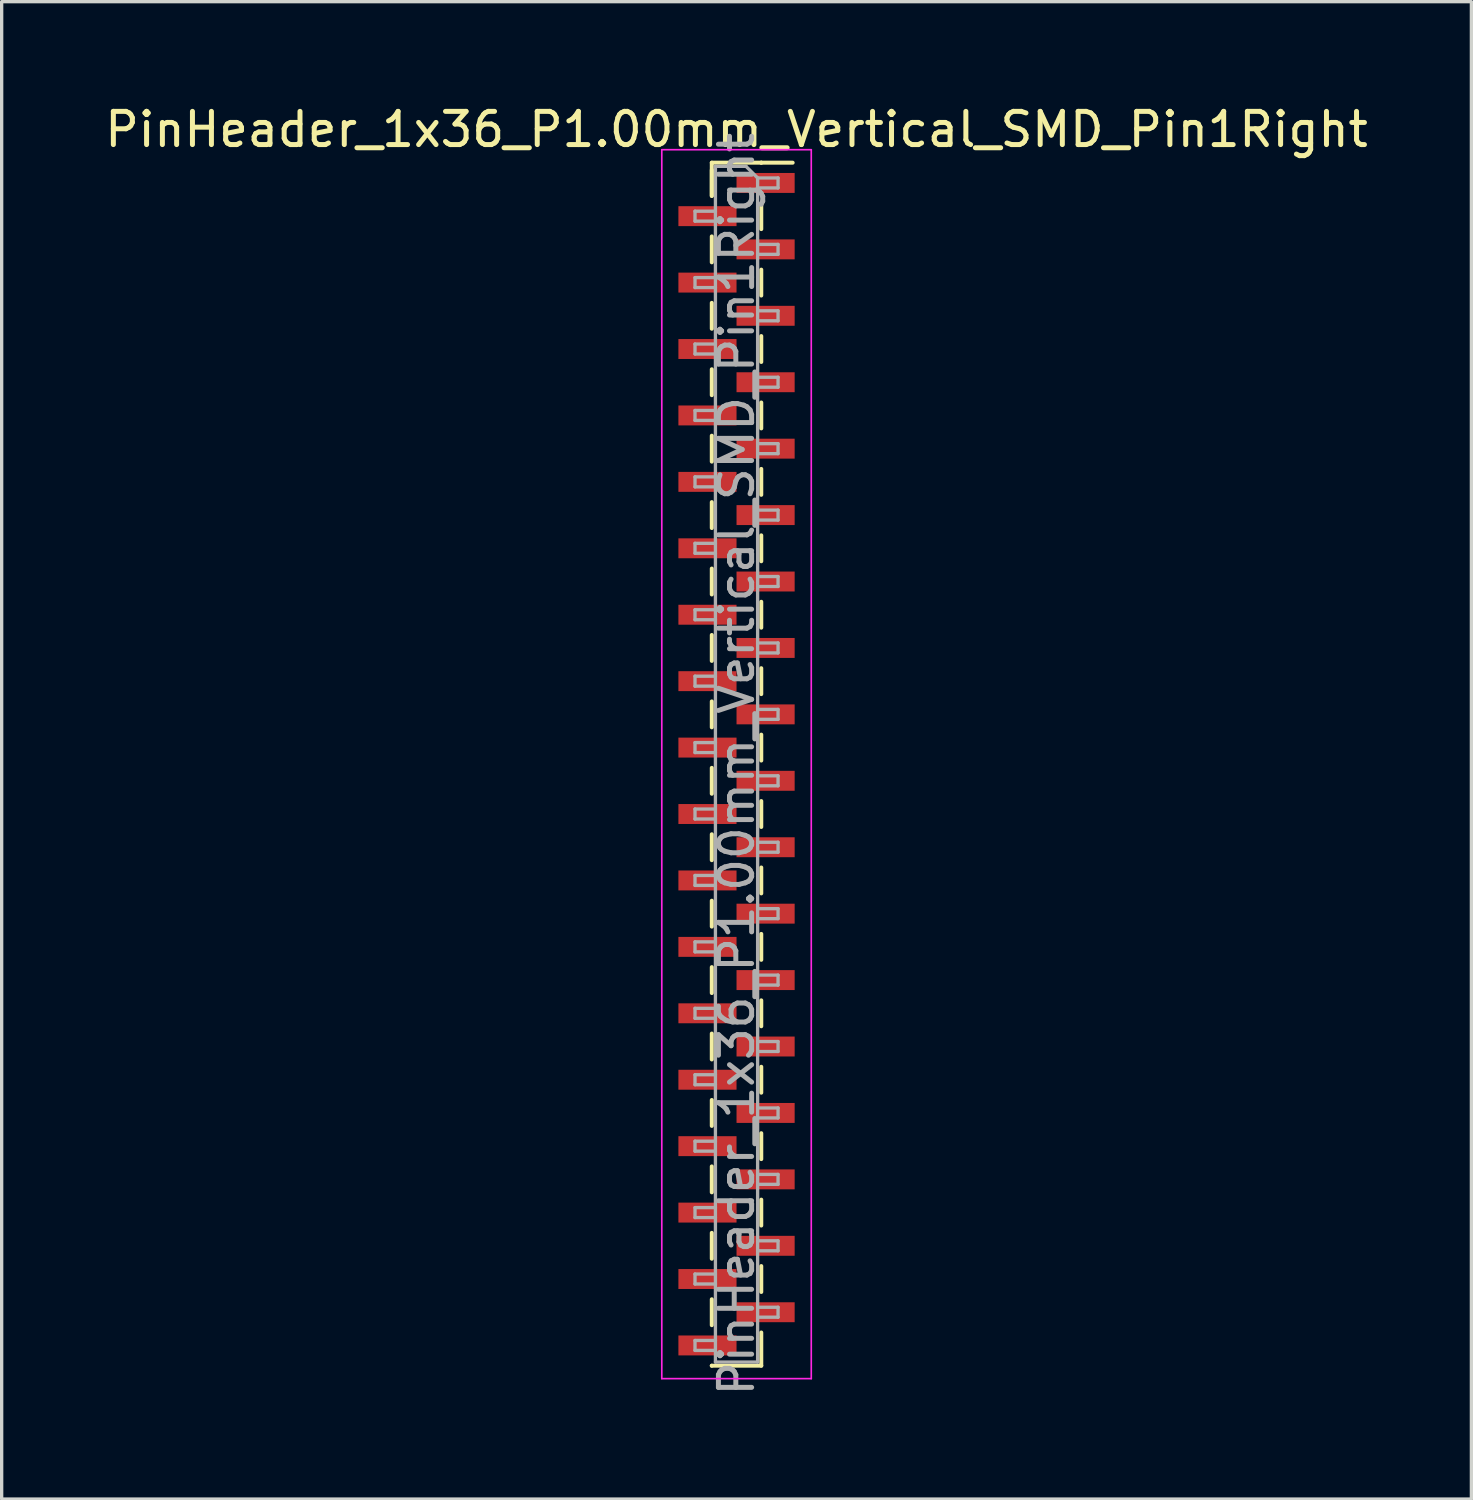
<source format=kicad_pcb>
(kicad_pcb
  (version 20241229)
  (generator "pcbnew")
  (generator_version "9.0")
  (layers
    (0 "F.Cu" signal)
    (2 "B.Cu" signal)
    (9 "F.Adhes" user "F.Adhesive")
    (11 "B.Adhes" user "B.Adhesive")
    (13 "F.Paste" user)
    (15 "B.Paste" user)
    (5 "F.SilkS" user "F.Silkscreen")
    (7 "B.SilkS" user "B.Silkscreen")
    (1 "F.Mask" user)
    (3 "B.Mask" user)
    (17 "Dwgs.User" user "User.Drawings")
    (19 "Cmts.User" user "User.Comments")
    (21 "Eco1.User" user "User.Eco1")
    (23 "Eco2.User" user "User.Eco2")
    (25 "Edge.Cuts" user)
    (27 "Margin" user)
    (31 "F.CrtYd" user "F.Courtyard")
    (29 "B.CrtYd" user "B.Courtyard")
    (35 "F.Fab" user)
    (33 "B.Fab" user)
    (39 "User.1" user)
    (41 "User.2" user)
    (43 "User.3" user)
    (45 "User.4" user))
  (footprint "PinHeader_1x36_P1.00mm_Vertical_SMD_Pin1Right"
    (layer "F.Cu")
    (at 19.125 19.958)
    (property "Reference" "PinHeader_1x36_P1.00mm_Vertical_SMD_Pin1Right" (at 0 -19.11 0) (layer "F.SilkS") (effects (font (size 1 1) (thickness 0.15))))
    (attr smd)
    (fp_line (start -0.745 -18.11) (end -0.745 -17.11) (stroke (width 0.12) (type solid)) (layer "F.SilkS"))
    (fp_line (start -0.745 -18.11) (end 0.745 -18.11) (stroke (width 0.12) (type solid)) (layer "F.SilkS"))
    (fp_line (start -0.745 -17.89) (end -0.745 -17.11) (stroke (width 0.12) (type solid)) (layer "F.SilkS"))
    (fp_line (start -0.745 -15.89) (end -0.745 -15.11) (stroke (width 0.12) (type solid)) (layer "F.SilkS"))
    (fp_line (start -0.745 -13.89) (end -0.745 -13.11) (stroke (width 0.12) (type solid)) (layer "F.SilkS"))
    (fp_line (start -0.745 -11.89) (end -0.745 -11.11) (stroke (width 0.12) (type solid)) (layer "F.SilkS"))
    (fp_line (start -0.745 -9.89) (end -0.745 -9.11) (stroke (width 0.12) (type solid)) (layer "F.SilkS"))
    (fp_line (start -0.745 -7.89) (end -0.745 -7.11) (stroke (width 0.12) (type solid)) (layer "F.SilkS"))
    (fp_line (start -0.745 -5.89) (end -0.745 -5.11) (stroke (width 0.12) (type solid)) (layer "F.SilkS"))
    (fp_line (start -0.745 -3.89) (end -0.745 -3.11) (stroke (width 0.12) (type solid)) (layer "F.SilkS"))
    (fp_line (start -0.745 -1.89) (end -0.745 -1.11) (stroke (width 0.12) (type solid)) (layer "F.SilkS"))
    (fp_line (start -0.745 0.11) (end -0.745 0.89) (stroke (width 0.12) (type solid)) (layer "F.SilkS"))
    (fp_line (start -0.745 2.11) (end -0.745 2.89) (stroke (width 0.12) (type solid)) (layer "F.SilkS"))
    (fp_line (start -0.745 4.11) (end -0.745 4.89) (stroke (width 0.12) (type solid)) (layer "F.SilkS"))
    (fp_line (start -0.745 6.11) (end -0.745 6.89) (stroke (width 0.12) (type solid)) (layer "F.SilkS"))
    (fp_line (start -0.745 8.11) (end -0.745 8.89) (stroke (width 0.12) (type solid)) (layer "F.SilkS"))
    (fp_line (start -0.745 10.11) (end -0.745 10.89) (stroke (width 0.12) (type solid)) (layer "F.SilkS"))
    (fp_line (start -0.745 12.11) (end -0.745 12.89) (stroke (width 0.12) (type solid)) (layer "F.SilkS"))
    (fp_line (start -0.745 14.11) (end -0.745 14.89) (stroke (width 0.12) (type solid)) (layer "F.SilkS"))
    (fp_line (start -0.745 16.11) (end -0.745 16.89) (stroke (width 0.12) (type solid)) (layer "F.SilkS"))
    (fp_line (start -0.745 18.11) (end -0.745 18.11) (stroke (width 0.12) (type solid)) (layer "F.SilkS"))
    (fp_line (start -0.745 18.11) (end 0.745 18.11) (stroke (width 0.12) (type solid)) (layer "F.SilkS"))
    (fp_line (start 0.745 -18.11) (end 0.745 -18.11) (stroke (width 0.12) (type solid)) (layer "F.SilkS"))
    (fp_line (start 0.745 -18.11) (end 1.69 -18.11) (stroke (width 0.12) (type solid)) (layer "F.SilkS"))
    (fp_line (start 0.745 -16.89) (end 0.745 -16.11) (stroke (width 0.12) (type solid)) (layer "F.SilkS"))
    (fp_line (start 0.745 -14.89) (end 0.745 -14.11) (stroke (width 0.12) (type solid)) (layer "F.SilkS"))
    (fp_line (start 0.745 -12.89) (end 0.745 -12.11) (stroke (width 0.12) (type solid)) (layer "F.SilkS"))
    (fp_line (start 0.745 -10.89) (end 0.745 -10.11) (stroke (width 0.12) (type solid)) (layer "F.SilkS"))
    (fp_line (start 0.745 -8.89) (end 0.745 -8.11) (stroke (width 0.12) (type solid)) (layer "F.SilkS"))
    (fp_line (start 0.745 -6.89) (end 0.745 -6.11) (stroke (width 0.12) (type solid)) (layer "F.SilkS"))
    (fp_line (start 0.745 -4.89) (end 0.745 -4.11) (stroke (width 0.12) (type solid)) (layer "F.SilkS"))
    (fp_line (start 0.745 -2.89) (end 0.745 -2.11) (stroke (width 0.12) (type solid)) (layer "F.SilkS"))
    (fp_line (start 0.745 -0.89) (end 0.745 -0.11) (stroke (width 0.12) (type solid)) (layer "F.SilkS"))
    (fp_line (start 0.745 1.11) (end 0.745 1.89) (stroke (width 0.12) (type solid)) (layer "F.SilkS"))
    (fp_line (start 0.745 3.11) (end 0.745 3.89) (stroke (width 0.12) (type solid)) (layer "F.SilkS"))
    (fp_line (start 0.745 5.11) (end 0.745 5.89) (stroke (width 0.12) (type solid)) (layer "F.SilkS"))
    (fp_line (start 0.745 7.11) (end 0.745 7.89) (stroke (width 0.12) (type solid)) (layer "F.SilkS"))
    (fp_line (start 0.745 9.11) (end 0.745 9.89) (stroke (width 0.12) (type solid)) (layer "F.SilkS"))
    (fp_line (start 0.745 11.11) (end 0.745 11.89) (stroke (width 0.12) (type solid)) (layer "F.SilkS"))
    (fp_line (start 0.745 13.11) (end 0.745 13.89) (stroke (width 0.12) (type solid)) (layer "F.SilkS"))
    (fp_line (start 0.745 15.11) (end 0.745 15.89) (stroke (width 0.12) (type solid)) (layer "F.SilkS"))
    (fp_line (start 0.745 17.11) (end 0.745 18.11) (stroke (width 0.12) (type solid)) (layer "F.SilkS"))
    (fp_line (start -2.25 -18.5) (end -2.25 18.5) (stroke (width 0.05) (type solid)) (layer "F.CrtYd"))
    (fp_line (start -2.25 18.5) (end 2.25 18.5) (stroke (width 0.05) (type solid)) (layer "F.CrtYd"))
    (fp_line (start 2.25 -18.5) (end -2.25 -18.5) (stroke (width 0.05) (type solid)) (layer "F.CrtYd"))
    (fp_line (start 2.25 18.5) (end 2.25 -18.5) (stroke (width 0.05) (type solid)) (layer "F.CrtYd"))
    (fp_line (start -1.25 -16.65) (end -1.25 -16.35) (stroke (width 0.1) (type solid)) (layer "F.Fab"))
    (fp_line (start -1.25 -16.35) (end -0.635 -16.35) (stroke (width 0.1) (type solid)) (layer "F.Fab"))
    (fp_line (start -1.25 -14.65) (end -1.25 -14.35) (stroke (width 0.1) (type solid)) (layer "F.Fab"))
    (fp_line (start -1.25 -14.35) (end -0.635 -14.35) (stroke (width 0.1) (type solid)) (layer "F.Fab"))
    (fp_line (start -1.25 -12.65) (end -1.25 -12.35) (stroke (width 0.1) (type solid)) (layer "F.Fab"))
    (fp_line (start -1.25 -12.35) (end -0.635 -12.35) (stroke (width 0.1) (type solid)) (layer "F.Fab"))
    (fp_line (start -1.25 -10.65) (end -1.25 -10.35) (stroke (width 0.1) (type solid)) (layer "F.Fab"))
    (fp_line (start -1.25 -10.35) (end -0.635 -10.35) (stroke (width 0.1) (type solid)) (layer "F.Fab"))
    (fp_line (start -1.25 -8.65) (end -1.25 -8.35) (stroke (width 0.1) (type solid)) (layer "F.Fab"))
    (fp_line (start -1.25 -8.35) (end -0.635 -8.35) (stroke (width 0.1) (type solid)) (layer "F.Fab"))
    (fp_line (start -1.25 -6.65) (end -1.25 -6.35) (stroke (width 0.1) (type solid)) (layer "F.Fab"))
    (fp_line (start -1.25 -6.35) (end -0.635 -6.35) (stroke (width 0.1) (type solid)) (layer "F.Fab"))
    (fp_line (start -1.25 -4.65) (end -1.25 -4.35) (stroke (width 0.1) (type solid)) (layer "F.Fab"))
    (fp_line (start -1.25 -4.35) (end -0.635 -4.35) (stroke (width 0.1) (type solid)) (layer "F.Fab"))
    (fp_line (start -1.25 -2.65) (end -1.25 -2.35) (stroke (width 0.1) (type solid)) (layer "F.Fab"))
    (fp_line (start -1.25 -2.35) (end -0.635 -2.35) (stroke (width 0.1) (type solid)) (layer "F.Fab"))
    (fp_line (start -1.25 -0.65) (end -1.25 -0.35) (stroke (width 0.1) (type solid)) (layer "F.Fab"))
    (fp_line (start -1.25 -0.35) (end -0.635 -0.35) (stroke (width 0.1) (type solid)) (layer "F.Fab"))
    (fp_line (start -1.25 1.35) (end -1.25 1.65) (stroke (width 0.1) (type solid)) (layer "F.Fab"))
    (fp_line (start -1.25 1.65) (end -0.635 1.65) (stroke (width 0.1) (type solid)) (layer "F.Fab"))
    (fp_line (start -1.25 3.35) (end -1.25 3.65) (stroke (width 0.1) (type solid)) (layer "F.Fab"))
    (fp_line (start -1.25 3.65) (end -0.635 3.65) (stroke (width 0.1) (type solid)) (layer "F.Fab"))
    (fp_line (start -1.25 5.35) (end -1.25 5.65) (stroke (width 0.1) (type solid)) (layer "F.Fab"))
    (fp_line (start -1.25 5.65) (end -0.635 5.65) (stroke (width 0.1) (type solid)) (layer "F.Fab"))
    (fp_line (start -1.25 7.35) (end -1.25 7.65) (stroke (width 0.1) (type solid)) (layer "F.Fab"))
    (fp_line (start -1.25 7.65) (end -0.635 7.65) (stroke (width 0.1) (type solid)) (layer "F.Fab"))
    (fp_line (start -1.25 9.35) (end -1.25 9.65) (stroke (width 0.1) (type solid)) (layer "F.Fab"))
    (fp_line (start -1.25 9.65) (end -0.635 9.65) (stroke (width 0.1) (type solid)) (layer "F.Fab"))
    (fp_line (start -1.25 11.35) (end -1.25 11.65) (stroke (width 0.1) (type solid)) (layer "F.Fab"))
    (fp_line (start -1.25 11.65) (end -0.635 11.65) (stroke (width 0.1) (type solid)) (layer "F.Fab"))
    (fp_line (start -1.25 13.35) (end -1.25 13.65) (stroke (width 0.1) (type solid)) (layer "F.Fab"))
    (fp_line (start -1.25 13.65) (end -0.635 13.65) (stroke (width 0.1) (type solid)) (layer "F.Fab"))
    (fp_line (start -1.25 15.35) (end -1.25 15.65) (stroke (width 0.1) (type solid)) (layer "F.Fab"))
    (fp_line (start -1.25 15.65) (end -0.635 15.65) (stroke (width 0.1) (type solid)) (layer "F.Fab"))
    (fp_line (start -1.25 17.35) (end -1.25 17.65) (stroke (width 0.1) (type solid)) (layer "F.Fab"))
    (fp_line (start -1.25 17.65) (end -0.635 17.65) (stroke (width 0.1) (type solid)) (layer "F.Fab"))
    (fp_line (start -0.635 -18) (end -0.635 18) (stroke (width 0.1) (type solid)) (layer "F.Fab"))
    (fp_line (start -0.635 -18) (end 0.285 -18) (stroke (width 0.1) (type solid)) (layer "F.Fab"))
    (fp_line (start -0.635 -16.65) (end -1.25 -16.65) (stroke (width 0.1) (type solid)) (layer "F.Fab"))
    (fp_line (start -0.635 -14.65) (end -1.25 -14.65) (stroke (width 0.1) (type solid)) (layer "F.Fab"))
    (fp_line (start -0.635 -12.65) (end -1.25 -12.65) (stroke (width 0.1) (type solid)) (layer "F.Fab"))
    (fp_line (start -0.635 -10.65) (end -1.25 -10.65) (stroke (width 0.1) (type solid)) (layer "F.Fab"))
    (fp_line (start -0.635 -8.65) (end -1.25 -8.65) (stroke (width 0.1) (type solid)) (layer "F.Fab"))
    (fp_line (start -0.635 -6.65) (end -1.25 -6.65) (stroke (width 0.1) (type solid)) (layer "F.Fab"))
    (fp_line (start -0.635 -4.65) (end -1.25 -4.65) (stroke (width 0.1) (type solid)) (layer "F.Fab"))
    (fp_line (start -0.635 -2.65) (end -1.25 -2.65) (stroke (width 0.1) (type solid)) (layer "F.Fab"))
    (fp_line (start -0.635 -0.65) (end -1.25 -0.65) (stroke (width 0.1) (type solid)) (layer "F.Fab"))
    (fp_line (start -0.635 1.35) (end -1.25 1.35) (stroke (width 0.1) (type solid)) (layer "F.Fab"))
    (fp_line (start -0.635 3.35) (end -1.25 3.35) (stroke (width 0.1) (type solid)) (layer "F.Fab"))
    (fp_line (start -0.635 5.35) (end -1.25 5.35) (stroke (width 0.1) (type solid)) (layer "F.Fab"))
    (fp_line (start -0.635 7.35) (end -1.25 7.35) (stroke (width 0.1) (type solid)) (layer "F.Fab"))
    (fp_line (start -0.635 9.35) (end -1.25 9.35) (stroke (width 0.1) (type solid)) (layer "F.Fab"))
    (fp_line (start -0.635 11.35) (end -1.25 11.35) (stroke (width 0.1) (type solid)) (layer "F.Fab"))
    (fp_line (start -0.635 13.35) (end -1.25 13.35) (stroke (width 0.1) (type solid)) (layer "F.Fab"))
    (fp_line (start -0.635 15.35) (end -1.25 15.35) (stroke (width 0.1) (type solid)) (layer "F.Fab"))
    (fp_line (start -0.635 17.35) (end -1.25 17.35) (stroke (width 0.1) (type solid)) (layer "F.Fab"))
    (fp_line (start 0.635 -17.65) (end 0.285 -18) (stroke (width 0.1) (type solid)) (layer "F.Fab"))
    (fp_line (start 0.635 -17.65) (end 1.25 -17.65) (stroke (width 0.1) (type solid)) (layer "F.Fab"))
    (fp_line (start 0.635 -15.65) (end 1.25 -15.65) (stroke (width 0.1) (type solid)) (layer "F.Fab"))
    (fp_line (start 0.635 -13.65) (end 1.25 -13.65) (stroke (width 0.1) (type solid)) (layer "F.Fab"))
    (fp_line (start 0.635 -11.65) (end 1.25 -11.65) (stroke (width 0.1) (type solid)) (layer "F.Fab"))
    (fp_line (start 0.635 -9.65) (end 1.25 -9.65) (stroke (width 0.1) (type solid)) (layer "F.Fab"))
    (fp_line (start 0.635 -7.65) (end 1.25 -7.65) (stroke (width 0.1) (type solid)) (layer "F.Fab"))
    (fp_line (start 0.635 -5.65) (end 1.25 -5.65) (stroke (width 0.1) (type solid)) (layer "F.Fab"))
    (fp_line (start 0.635 -3.65) (end 1.25 -3.65) (stroke (width 0.1) (type solid)) (layer "F.Fab"))
    (fp_line (start 0.635 -1.65) (end 1.25 -1.65) (stroke (width 0.1) (type solid)) (layer "F.Fab"))
    (fp_line (start 0.635 0.35) (end 1.25 0.35) (stroke (width 0.1) (type solid)) (layer "F.Fab"))
    (fp_line (start 0.635 2.35) (end 1.25 2.35) (stroke (width 0.1) (type solid)) (layer "F.Fab"))
    (fp_line (start 0.635 4.35) (end 1.25 4.35) (stroke (width 0.1) (type solid)) (layer "F.Fab"))
    (fp_line (start 0.635 6.35) (end 1.25 6.35) (stroke (width 0.1) (type solid)) (layer "F.Fab"))
    (fp_line (start 0.635 8.35) (end 1.25 8.35) (stroke (width 0.1) (type solid)) (layer "F.Fab"))
    (fp_line (start 0.635 10.35) (end 1.25 10.35) (stroke (width 0.1) (type solid)) (layer "F.Fab"))
    (fp_line (start 0.635 12.35) (end 1.25 12.35) (stroke (width 0.1) (type solid)) (layer "F.Fab"))
    (fp_line (start 0.635 14.35) (end 1.25 14.35) (stroke (width 0.1) (type solid)) (layer "F.Fab"))
    (fp_line (start 0.635 16.35) (end 1.25 16.35) (stroke (width 0.1) (type solid)) (layer "F.Fab"))
    (fp_line (start 0.635 18) (end -0.635 18) (stroke (width 0.1) (type solid)) (layer "F.Fab"))
    (fp_line (start 0.635 18) (end 0.635 -17.65) (stroke (width 0.1) (type solid)) (layer "F.Fab"))
    (fp_line (start 1.25 -17.65) (end 1.25 -17.35) (stroke (width 0.1) (type solid)) (layer "F.Fab"))
    (fp_line (start 1.25 -17.35) (end 0.635 -17.35) (stroke (width 0.1) (type solid)) (layer "F.Fab"))
    (fp_line (start 1.25 -15.65) (end 1.25 -15.35) (stroke (width 0.1) (type solid)) (layer "F.Fab"))
    (fp_line (start 1.25 -15.35) (end 0.635 -15.35) (stroke (width 0.1) (type solid)) (layer "F.Fab"))
    (fp_line (start 1.25 -13.65) (end 1.25 -13.35) (stroke (width 0.1) (type solid)) (layer "F.Fab"))
    (fp_line (start 1.25 -13.35) (end 0.635 -13.35) (stroke (width 0.1) (type solid)) (layer "F.Fab"))
    (fp_line (start 1.25 -11.65) (end 1.25 -11.35) (stroke (width 0.1) (type solid)) (layer "F.Fab"))
    (fp_line (start 1.25 -11.35) (end 0.635 -11.35) (stroke (width 0.1) (type solid)) (layer "F.Fab"))
    (fp_line (start 1.25 -9.65) (end 1.25 -9.35) (stroke (width 0.1) (type solid)) (layer "F.Fab"))
    (fp_line (start 1.25 -9.35) (end 0.635 -9.35) (stroke (width 0.1) (type solid)) (layer "F.Fab"))
    (fp_line (start 1.25 -7.65) (end 1.25 -7.35) (stroke (width 0.1) (type solid)) (layer "F.Fab"))
    (fp_line (start 1.25 -7.35) (end 0.635 -7.35) (stroke (width 0.1) (type solid)) (layer "F.Fab"))
    (fp_line (start 1.25 -5.65) (end 1.25 -5.35) (stroke (width 0.1) (type solid)) (layer "F.Fab"))
    (fp_line (start 1.25 -5.35) (end 0.635 -5.35) (stroke (width 0.1) (type solid)) (layer "F.Fab"))
    (fp_line (start 1.25 -3.65) (end 1.25 -3.35) (stroke (width 0.1) (type solid)) (layer "F.Fab"))
    (fp_line (start 1.25 -3.35) (end 0.635 -3.35) (stroke (width 0.1) (type solid)) (layer "F.Fab"))
    (fp_line (start 1.25 -1.65) (end 1.25 -1.35) (stroke (width 0.1) (type solid)) (layer "F.Fab"))
    (fp_line (start 1.25 -1.35) (end 0.635 -1.35) (stroke (width 0.1) (type solid)) (layer "F.Fab"))
    (fp_line (start 1.25 0.35) (end 1.25 0.65) (stroke (width 0.1) (type solid)) (layer "F.Fab"))
    (fp_line (start 1.25 0.65) (end 0.635 0.65) (stroke (width 0.1) (type solid)) (layer "F.Fab"))
    (fp_line (start 1.25 2.35) (end 1.25 2.65) (stroke (width 0.1) (type solid)) (layer "F.Fab"))
    (fp_line (start 1.25 2.65) (end 0.635 2.65) (stroke (width 0.1) (type solid)) (layer "F.Fab"))
    (fp_line (start 1.25 4.35) (end 1.25 4.65) (stroke (width 0.1) (type solid)) (layer "F.Fab"))
    (fp_line (start 1.25 4.65) (end 0.635 4.65) (stroke (width 0.1) (type solid)) (layer "F.Fab"))
    (fp_line (start 1.25 6.35) (end 1.25 6.65) (stroke (width 0.1) (type solid)) (layer "F.Fab"))
    (fp_line (start 1.25 6.65) (end 0.635 6.65) (stroke (width 0.1) (type solid)) (layer "F.Fab"))
    (fp_line (start 1.25 8.35) (end 1.25 8.65) (stroke (width 0.1) (type solid)) (layer "F.Fab"))
    (fp_line (start 1.25 8.65) (end 0.635 8.65) (stroke (width 0.1) (type solid)) (layer "F.Fab"))
    (fp_line (start 1.25 10.35) (end 1.25 10.65) (stroke (width 0.1) (type solid)) (layer "F.Fab"))
    (fp_line (start 1.25 10.65) (end 0.635 10.65) (stroke (width 0.1) (type solid)) (layer "F.Fab"))
    (fp_line (start 1.25 12.35) (end 1.25 12.65) (stroke (width 0.1) (type solid)) (layer "F.Fab"))
    (fp_line (start 1.25 12.65) (end 0.635 12.65) (stroke (width 0.1) (type solid)) (layer "F.Fab"))
    (fp_line (start 1.25 14.35) (end 1.25 14.65) (stroke (width 0.1) (type solid)) (layer "F.Fab"))
    (fp_line (start 1.25 14.65) (end 0.635 14.65) (stroke (width 0.1) (type solid)) (layer "F.Fab"))
    (fp_line (start 1.25 16.35) (end 1.25 16.65) (stroke (width 0.1) (type solid)) (layer "F.Fab"))
    (fp_line (start 1.25 16.65) (end 0.635 16.65) (stroke (width 0.1) (type solid)) (layer "F.Fab"))
    (fp_text user "${REFERENCE}" (at 0 0 90) (layer "F.Fab") (effects (font (size 1 1) (thickness 0.15))))
    (pad "1" smd rect (at 0.875 -17.5) (size 1.75 0.6) (layers "F.Cu" "F.Mask" "F.Paste"))
    (pad "2" smd rect (at -0.875 -16.5) (size 1.75 0.6) (layers "F.Cu" "F.Mask" "F.Paste"))
    (pad "3" smd rect (at 0.875 -15.5) (size 1.75 0.6) (layers "F.Cu" "F.Mask" "F.Paste"))
    (pad "4" smd rect (at -0.875 -14.5) (size 1.75 0.6) (layers "F.Cu" "F.Mask" "F.Paste"))
    (pad "5" smd rect (at 0.875 -13.5) (size 1.75 0.6) (layers "F.Cu" "F.Mask" "F.Paste"))
    (pad "6" smd rect (at -0.875 -12.5) (size 1.75 0.6) (layers "F.Cu" "F.Mask" "F.Paste"))
    (pad "7" smd rect (at 0.875 -11.5) (size 1.75 0.6) (layers "F.Cu" "F.Mask" "F.Paste"))
    (pad "8" smd rect (at -0.875 -10.5) (size 1.75 0.6) (layers "F.Cu" "F.Mask" "F.Paste"))
    (pad "9" smd rect (at 0.875 -9.5) (size 1.75 0.6) (layers "F.Cu" "F.Mask" "F.Paste"))
    (pad "10" smd rect (at -0.875 -8.5) (size 1.75 0.6) (layers "F.Cu" "F.Mask" "F.Paste"))
    (pad "11" smd rect (at 0.875 -7.5) (size 1.75 0.6) (layers "F.Cu" "F.Mask" "F.Paste"))
    (pad "12" smd rect (at -0.875 -6.5) (size 1.75 0.6) (layers "F.Cu" "F.Mask" "F.Paste"))
    (pad "13" smd rect (at 0.875 -5.5) (size 1.75 0.6) (layers "F.Cu" "F.Mask" "F.Paste"))
    (pad "14" smd rect (at -0.875 -4.5) (size 1.75 0.6) (layers "F.Cu" "F.Mask" "F.Paste"))
    (pad "15" smd rect (at 0.875 -3.5) (size 1.75 0.6) (layers "F.Cu" "F.Mask" "F.Paste"))
    (pad "16" smd rect (at -0.875 -2.5) (size 1.75 0.6) (layers "F.Cu" "F.Mask" "F.Paste"))
    (pad "17" smd rect (at 0.875 -1.5) (size 1.75 0.6) (layers "F.Cu" "F.Mask" "F.Paste"))
    (pad "18" smd rect (at -0.875 -0.5) (size 1.75 0.6) (layers "F.Cu" "F.Mask" "F.Paste"))
    (pad "19" smd rect (at 0.875 0.5) (size 1.75 0.6) (layers "F.Cu" "F.Mask" "F.Paste"))
    (pad "20" smd rect (at -0.875 1.5) (size 1.75 0.6) (layers "F.Cu" "F.Mask" "F.Paste"))
    (pad "21" smd rect (at 0.875 2.5) (size 1.75 0.6) (layers "F.Cu" "F.Mask" "F.Paste"))
    (pad "22" smd rect (at -0.875 3.5) (size 1.75 0.6) (layers "F.Cu" "F.Mask" "F.Paste"))
    (pad "23" smd rect (at 0.875 4.5) (size 1.75 0.6) (layers "F.Cu" "F.Mask" "F.Paste"))
    (pad "24" smd rect (at -0.875 5.5) (size 1.75 0.6) (layers "F.Cu" "F.Mask" "F.Paste"))
    (pad "25" smd rect (at 0.875 6.5) (size 1.75 0.6) (layers "F.Cu" "F.Mask" "F.Paste"))
    (pad "26" smd rect (at -0.875 7.5) (size 1.75 0.6) (layers "F.Cu" "F.Mask" "F.Paste"))
    (pad "27" smd rect (at 0.875 8.5) (size 1.75 0.6) (layers "F.Cu" "F.Mask" "F.Paste"))
    (pad "28" smd rect (at -0.875 9.5) (size 1.75 0.6) (layers "F.Cu" "F.Mask" "F.Paste"))
    (pad "29" smd rect (at 0.875 10.5) (size 1.75 0.6) (layers "F.Cu" "F.Mask" "F.Paste"))
    (pad "30" smd rect (at -0.875 11.5) (size 1.75 0.6) (layers "F.Cu" "F.Mask" "F.Paste"))
    (pad "31" smd rect (at 0.875 12.5) (size 1.75 0.6) (layers "F.Cu" "F.Mask" "F.Paste"))
    (pad "32" smd rect (at -0.875 13.5) (size 1.75 0.6) (layers "F.Cu" "F.Mask" "F.Paste"))
    (pad "33" smd rect (at 0.875 14.5) (size 1.75 0.6) (layers "F.Cu" "F.Mask" "F.Paste"))
    (pad "34" smd rect (at -0.875 15.5) (size 1.75 0.6) (layers "F.Cu" "F.Mask" "F.Paste"))
    (pad "35" smd rect (at 0.875 16.5) (size 1.75 0.6) (layers "F.Cu" "F.Mask" "F.Paste"))
    (pad "36" smd rect (at -0.875 17.5) (size 1.75 0.6) (layers "F.Cu" "F.Mask" "F.Paste")))
  (gr_rect
    (start -3 -3)
    (end 41.25 42.083)
    (stroke (width 0.1) (type default))
    (fill no)
    (layer "Edge.Cuts")))
</source>
